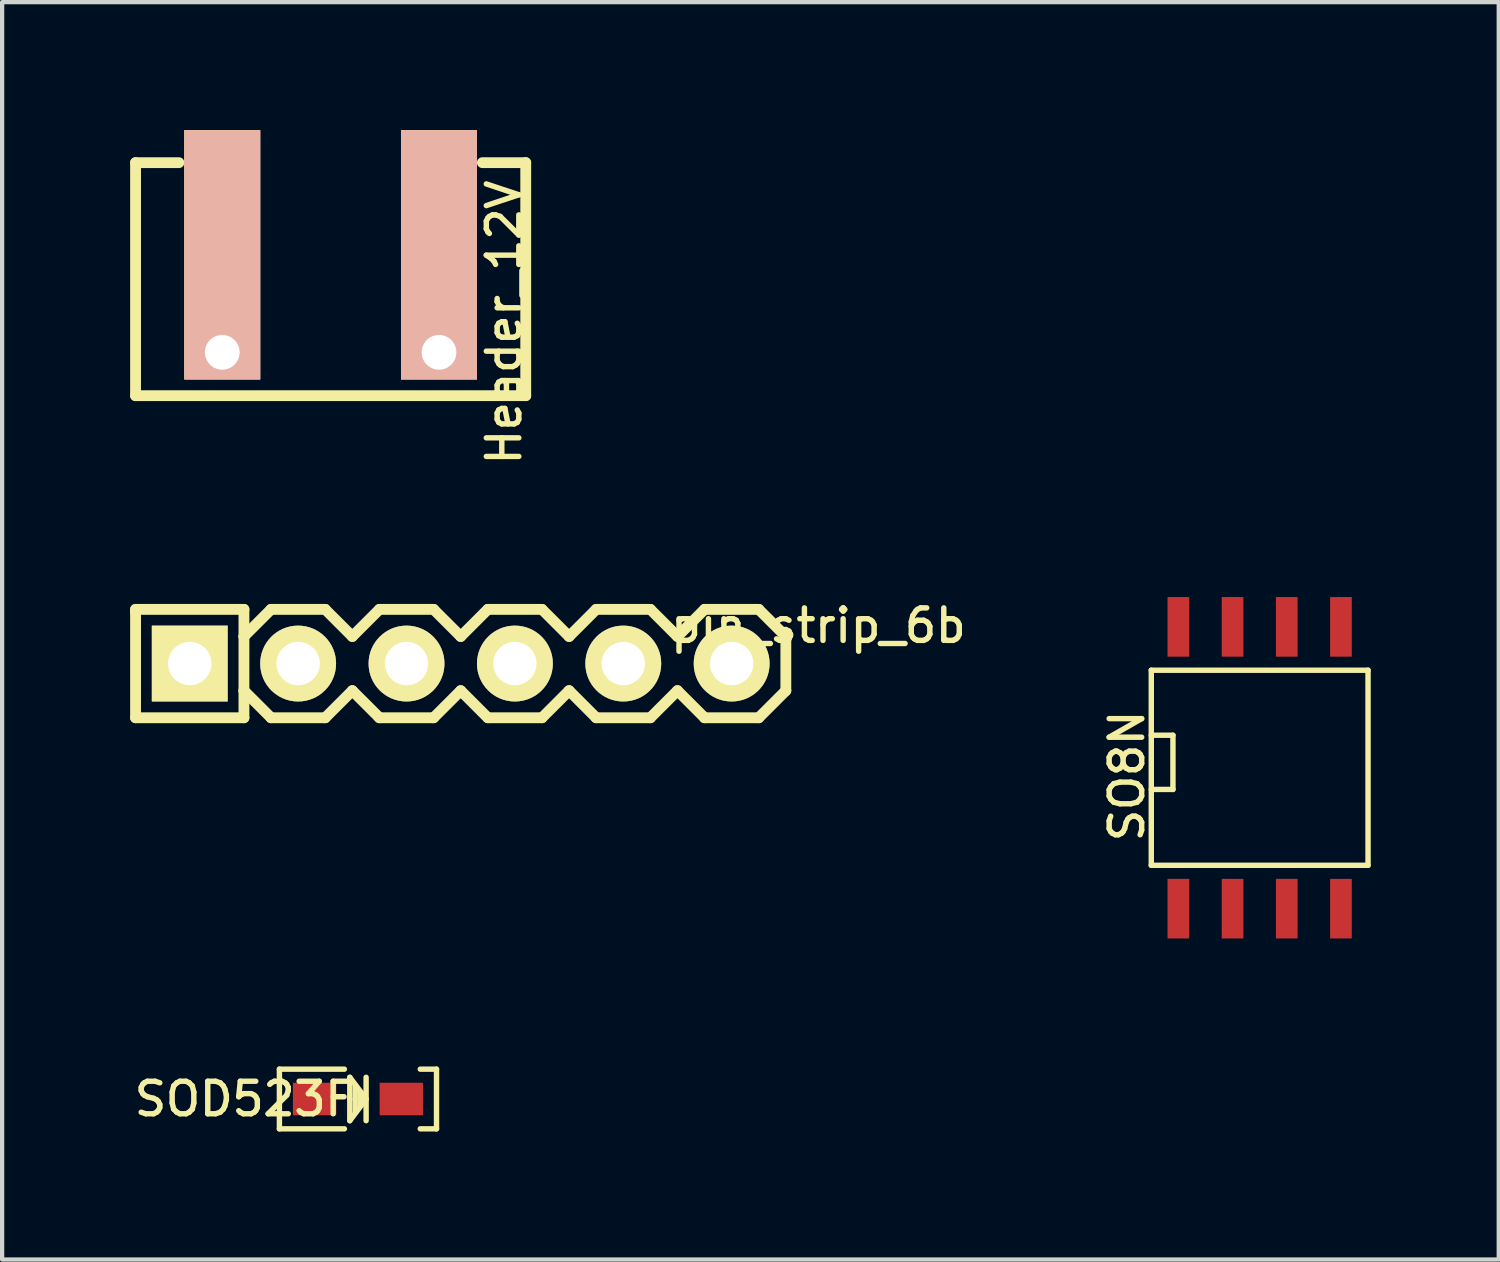
<source format=kicad_pcb>
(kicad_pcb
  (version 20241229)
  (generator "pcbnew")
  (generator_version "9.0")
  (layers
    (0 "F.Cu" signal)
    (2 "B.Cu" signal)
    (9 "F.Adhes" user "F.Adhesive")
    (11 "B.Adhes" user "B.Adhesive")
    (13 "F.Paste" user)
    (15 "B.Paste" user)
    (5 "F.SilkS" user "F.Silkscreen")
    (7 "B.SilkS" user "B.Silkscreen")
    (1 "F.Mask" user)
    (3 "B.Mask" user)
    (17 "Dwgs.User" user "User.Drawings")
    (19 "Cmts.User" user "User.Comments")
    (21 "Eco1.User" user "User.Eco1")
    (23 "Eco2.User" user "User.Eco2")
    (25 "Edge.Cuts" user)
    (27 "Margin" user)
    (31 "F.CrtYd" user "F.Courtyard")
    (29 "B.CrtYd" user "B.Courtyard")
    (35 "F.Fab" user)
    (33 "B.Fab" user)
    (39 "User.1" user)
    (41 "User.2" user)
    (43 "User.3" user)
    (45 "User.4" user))
  (footprint "SOD523F"
    (layer "F.Cu")
    (at 5.339 22.706)
    (property "Reference" "SOD523F" (at -2.667 0 0) (layer "F.SilkS") (effects (font (size 0.762 0.762) (thickness 0.127))))
    (attr smd)
    (fp_line (start -1.841 -0.699) (end -1.841 0.699) (stroke (width 0.127) (type solid)) (layer "F.SilkS"))
    (fp_line (start -1.841 -0.699) (end -0.318 -0.699) (stroke (width 0.127) (type solid)) (layer "F.SilkS"))
    (fp_line (start -1.841 0.699) (end -0.318 0.699) (stroke (width 0.127) (type solid)) (layer "F.SilkS"))
    (fp_line (start -0.191 -0.508) (end 0.191 0) (stroke (width 0.127) (type solid)) (layer "F.SilkS"))
    (fp_line (start -0.191 0) (end -0.191 -0.508) (stroke (width 0.127) (type solid)) (layer "F.SilkS"))
    (fp_line (start -0.191 0.508) (end -0.191 0) (stroke (width 0.127) (type solid)) (layer "F.SilkS"))
    (fp_line (start -0.064 0.318) (end -0.064 -0.318) (stroke (width 0.127) (type solid)) (layer "F.SilkS"))
    (fp_line (start 0.064 -0.127) (end 0.064 0.127) (stroke (width 0.127) (type solid)) (layer "F.SilkS"))
    (fp_line (start 0.191 -0.508) (end 0.191 0.508) (stroke (width 0.127) (type solid)) (layer "F.SilkS"))
    (fp_line (start 0.191 0) (end -0.191 0.508) (stroke (width 0.127) (type solid)) (layer "F.SilkS"))
    (fp_line (start 1.46 -0.699) (end 1.841 -0.699) (stroke (width 0.127) (type solid)) (layer "F.SilkS"))
    (fp_line (start 1.841 -0.699) (end 1.841 0.699) (stroke (width 0.127) (type solid)) (layer "F.SilkS"))
    (fp_line (start 1.841 0.699) (end 1.46 0.699) (stroke (width 0.127) (type solid)) (layer "F.SilkS"))
    (pad "1" smd rect (at -1.016 0) (size 1.016 0.762) (layers "F.Cu" "F.Mask" "F.Paste"))
    (pad "2" smd rect (at 1.016 0) (size 1.016 0.762) (layers "F.Cu" "F.Mask" "F.Paste")))
  (footprint "pin_strip_6b"
    (layer "F.Cu")
    (at 7.747 12.501)
    (property "Reference" "pin_strip_6b" (at 8.382 -0.889 0) (layer "F.SilkS") (effects (font (size 0.762 0.762) (thickness 0.127))))
    (attr smd)
    (fp_line (start -7.62 -1.27) (end -5.08 -1.27) (stroke (width 0.254) (type solid)) (layer "F.SilkS"))
    (fp_line (start -7.62 -1.206) (end -7.62 -1.27) (stroke (width 0.254) (type solid)) (layer "F.SilkS"))
    (fp_line (start -7.62 1.27) (end -7.62 -1.206) (stroke (width 0.254) (type solid)) (layer "F.SilkS"))
    (fp_line (start -5.08 -1.27) (end -5.08 -0.635) (stroke (width 0.254) (type solid)) (layer "F.SilkS"))
    (fp_line (start -5.08 -0.635) (end -5.08 0.635) (stroke (width 0.254) (type solid)) (layer "F.SilkS"))
    (fp_line (start -5.08 -0.635) (end -4.445 -1.27) (stroke (width 0.254) (type solid)) (layer "F.SilkS"))
    (fp_line (start -5.08 0.635) (end -5.08 1.27) (stroke (width 0.254) (type solid)) (layer "F.SilkS"))
    (fp_line (start -5.08 1.27) (end -7.62 1.27) (stroke (width 0.254) (type solid)) (layer "F.SilkS"))
    (fp_line (start -4.445 -1.27) (end -3.175 -1.27) (stroke (width 0.254) (type solid)) (layer "F.SilkS"))
    (fp_line (start -4.445 1.27) (end -5.08 0.635) (stroke (width 0.254) (type solid)) (layer "F.SilkS"))
    (fp_line (start -3.175 -1.27) (end -2.54 -0.635) (stroke (width 0.254) (type solid)) (layer "F.SilkS"))
    (fp_line (start -3.175 1.27) (end -4.445 1.27) (stroke (width 0.254) (type solid)) (layer "F.SilkS"))
    (fp_line (start -2.54 -0.635) (end -1.905 -1.27) (stroke (width 0.254) (type solid)) (layer "F.SilkS"))
    (fp_line (start -2.54 0.635) (end -3.175 1.27) (stroke (width 0.254) (type solid)) (layer "F.SilkS"))
    (fp_line (start -1.905 -1.27) (end -0.635 -1.27) (stroke (width 0.254) (type solid)) (layer "F.SilkS"))
    (fp_line (start -1.905 1.27) (end -2.54 0.635) (stroke (width 0.254) (type solid)) (layer "F.SilkS"))
    (fp_line (start -0.635 -1.27) (end 0 -0.635) (stroke (width 0.254) (type solid)) (layer "F.SilkS"))
    (fp_line (start -0.635 1.27) (end -1.905 1.27) (stroke (width 0.254) (type solid)) (layer "F.SilkS"))
    (fp_line (start 0 -0.635) (end 0.635 -1.27) (stroke (width 0.254) (type solid)) (layer "F.SilkS"))
    (fp_line (start 0 0.635) (end -0.635 1.27) (stroke (width 0.254) (type solid)) (layer "F.SilkS"))
    (fp_line (start 0.635 -1.27) (end 1.905 -1.27) (stroke (width 0.254) (type solid)) (layer "F.SilkS"))
    (fp_line (start 0.635 1.27) (end 0 0.635) (stroke (width 0.254) (type solid)) (layer "F.SilkS"))
    (fp_line (start 1.905 -1.27) (end 2.54 -0.635) (stroke (width 0.254) (type solid)) (layer "F.SilkS"))
    (fp_line (start 1.905 1.27) (end 0.635 1.27) (stroke (width 0.254) (type solid)) (layer "F.SilkS"))
    (fp_line (start 2.54 -0.635) (end 3.175 -1.27) (stroke (width 0.254) (type solid)) (layer "F.SilkS"))
    (fp_line (start 2.54 0.635) (end 1.905 1.27) (stroke (width 0.254) (type solid)) (layer "F.SilkS"))
    (fp_line (start 3.175 -1.27) (end 4.445 -1.27) (stroke (width 0.254) (type solid)) (layer "F.SilkS"))
    (fp_line (start 3.175 1.27) (end 2.54 0.635) (stroke (width 0.254) (type solid)) (layer "F.SilkS"))
    (fp_line (start 4.445 -1.27) (end 5.08 -0.635) (stroke (width 0.254) (type solid)) (layer "F.SilkS"))
    (fp_line (start 4.445 1.27) (end 3.175 1.27) (stroke (width 0.254) (type solid)) (layer "F.SilkS"))
    (fp_line (start 5.08 -0.635) (end 5.715 -1.27) (stroke (width 0.254) (type solid)) (layer "F.SilkS"))
    (fp_line (start 5.08 0.635) (end 4.445 1.27) (stroke (width 0.254) (type solid)) (layer "F.SilkS"))
    (fp_line (start 5.715 -1.27) (end 6.985 -1.27) (stroke (width 0.254) (type solid)) (layer "F.SilkS"))
    (fp_line (start 5.715 1.27) (end 5.08 0.635) (stroke (width 0.254) (type solid)) (layer "F.SilkS"))
    (fp_line (start 6.985 -1.27) (end 7.62 -0.635) (stroke (width 0.254) (type solid)) (layer "F.SilkS"))
    (fp_line (start 6.985 1.27) (end 5.715 1.27) (stroke (width 0.254) (type solid)) (layer "F.SilkS"))
    (fp_line (start 7.62 -0.635) (end 7.62 0.635) (stroke (width 0.254) (type solid)) (layer "F.SilkS"))
    (fp_line (start 7.62 0.635) (end 6.985 1.27) (stroke (width 0.254) (type solid)) (layer "F.SilkS"))
    (pad "1" thru_hole rect (at -6.35 0) (size 1.778 1.778) (drill 1.016) (layers "*.Cu" "*.Mask" "F.SilkS"))
    (pad "2" thru_hole circle (at -3.81 0) (size 1.778 1.778) (drill 1.016) (layers "*.Cu" "*.Mask" "F.SilkS"))
    (pad "3" thru_hole circle (at -1.27 0) (size 1.778 1.778) (drill 1.016) (layers "*.Cu" "*.Mask" "F.SilkS"))
    (pad "4" thru_hole circle (at 1.27 0) (size 1.778 1.778) (drill 1.016) (layers "*.Cu" "*.Mask" "F.SilkS"))
    (pad "5" thru_hole circle (at 3.81 0) (size 1.778 1.778) (drill 1.016) (layers "*.Cu" "*.Mask" "F.SilkS"))
    (pad "6" thru_hole circle (at 6.35 0) (size 1.778 1.778) (drill 1.016) (layers "*.Cu" "*.Mask" "F.SilkS")))
  (footprint "Header_12V"
    (layer "F.Cu")
    (at 4.699 2.667)
    (property "Reference" "Header_12V" (at 4.064 1.841 90) (layer "F.SilkS") (effects (font (size 0.762 0.762) (thickness 0.127))))
    (attr smd)
    (fp_line (start -4.572 -1.905) (end -4.572 3.556) (stroke (width 0.254) (type solid)) (layer "F.SilkS"))
    (fp_line (start -4.572 -1.905) (end -3.556 -1.905) (stroke (width 0.254) (type solid)) (layer "F.SilkS"))
    (fp_line (start 4.572 -1.905) (end 3.556 -1.905) (stroke (width 0.254) (type solid)) (layer "F.SilkS"))
    (fp_line (start 4.572 -1.905) (end 4.572 3.556) (stroke (width 0.254) (type solid)) (layer "F.SilkS"))
    (fp_line (start 4.572 3.556) (end -4.572 3.556) (stroke (width 0.254) (type solid)) (layer "F.SilkS"))
    (pad "1" thru_hole rect (at -2.54 2.54) (size 1.778 5.842) (drill 0.813 (offset 0 -2.286)) (layers "*.Cu" "*.Paste" "*.SilkS" "*.Mask"))
    (pad "2" thru_hole rect (at 2.54 2.54) (size 1.778 5.842) (drill 0.813 (offset 0 -2.286)) (layers "*.Cu" "*.Paste" "*.SilkS" "*.Mask")))
  (footprint "SO8N"
    (layer "F.Cu")
    (at 26.471 14.943)
    (property "Reference" "SO8N" (at -3.111 0.191 90) (layer "F.SilkS") (effects (font (size 0.762 0.762) (thickness 0.127))))
    (attr smd)
    (fp_line (start -2.54 -2.286) (end 2.54 -2.286) (stroke (width 0.127) (type solid)) (layer "F.SilkS"))
    (fp_line (start -2.54 -0.762) (end -2.032 -0.762) (stroke (width 0.127) (type solid)) (layer "F.SilkS"))
    (fp_line (start -2.54 2.286) (end -2.54 -2.286) (stroke (width 0.127) (type solid)) (layer "F.SilkS"))
    (fp_line (start -2.032 -0.762) (end -2.032 0.508) (stroke (width 0.127) (type solid)) (layer "F.SilkS"))
    (fp_line (start -2.032 0.508) (end -2.54 0.508) (stroke (width 0.127) (type solid)) (layer "F.SilkS"))
    (fp_line (start 2.54 -2.286) (end 2.54 2.286) (stroke (width 0.127) (type solid)) (layer "F.SilkS"))
    (fp_line (start 2.54 2.286) (end -2.54 2.286) (stroke (width 0.127) (type solid)) (layer "F.SilkS"))
    (pad "1" smd rect (at -1.905 3.302) (size 0.508 1.397) (layers "F.Cu" "F.Mask" "F.Paste"))
    (pad "2" smd rect (at -0.635 3.302) (size 0.508 1.397) (layers "F.Cu" "F.Mask" "F.Paste"))
    (pad "3" smd rect (at 0.635 3.302) (size 0.508 1.397) (layers "F.Cu" "F.Mask" "F.Paste"))
    (pad "4" smd rect (at 1.905 3.302) (size 0.508 1.397) (layers "F.Cu" "F.Mask" "F.Paste"))
    (pad "5" smd rect (at 1.905 -3.302) (size 0.508 1.397) (layers "F.Cu" "F.Mask" "F.Paste"))
    (pad "6" smd rect (at 0.635 -3.302) (size 0.508 1.397) (layers "F.Cu" "F.Mask" "F.Paste"))
    (pad "7" smd rect (at -0.635 -3.302) (size 0.508 1.397) (layers "F.Cu" "F.Mask" "F.Paste"))
    (pad "8" smd rect (at -1.905 -3.302) (size 0.508 1.397) (layers "F.Cu" "F.Mask" "F.Paste")))
  (gr_rect
    (start -3 -3)
    (end 32.074 26.468)
    (stroke (width 0.1) (type default))
    (fill no)
    (layer "Edge.Cuts")))
</source>
